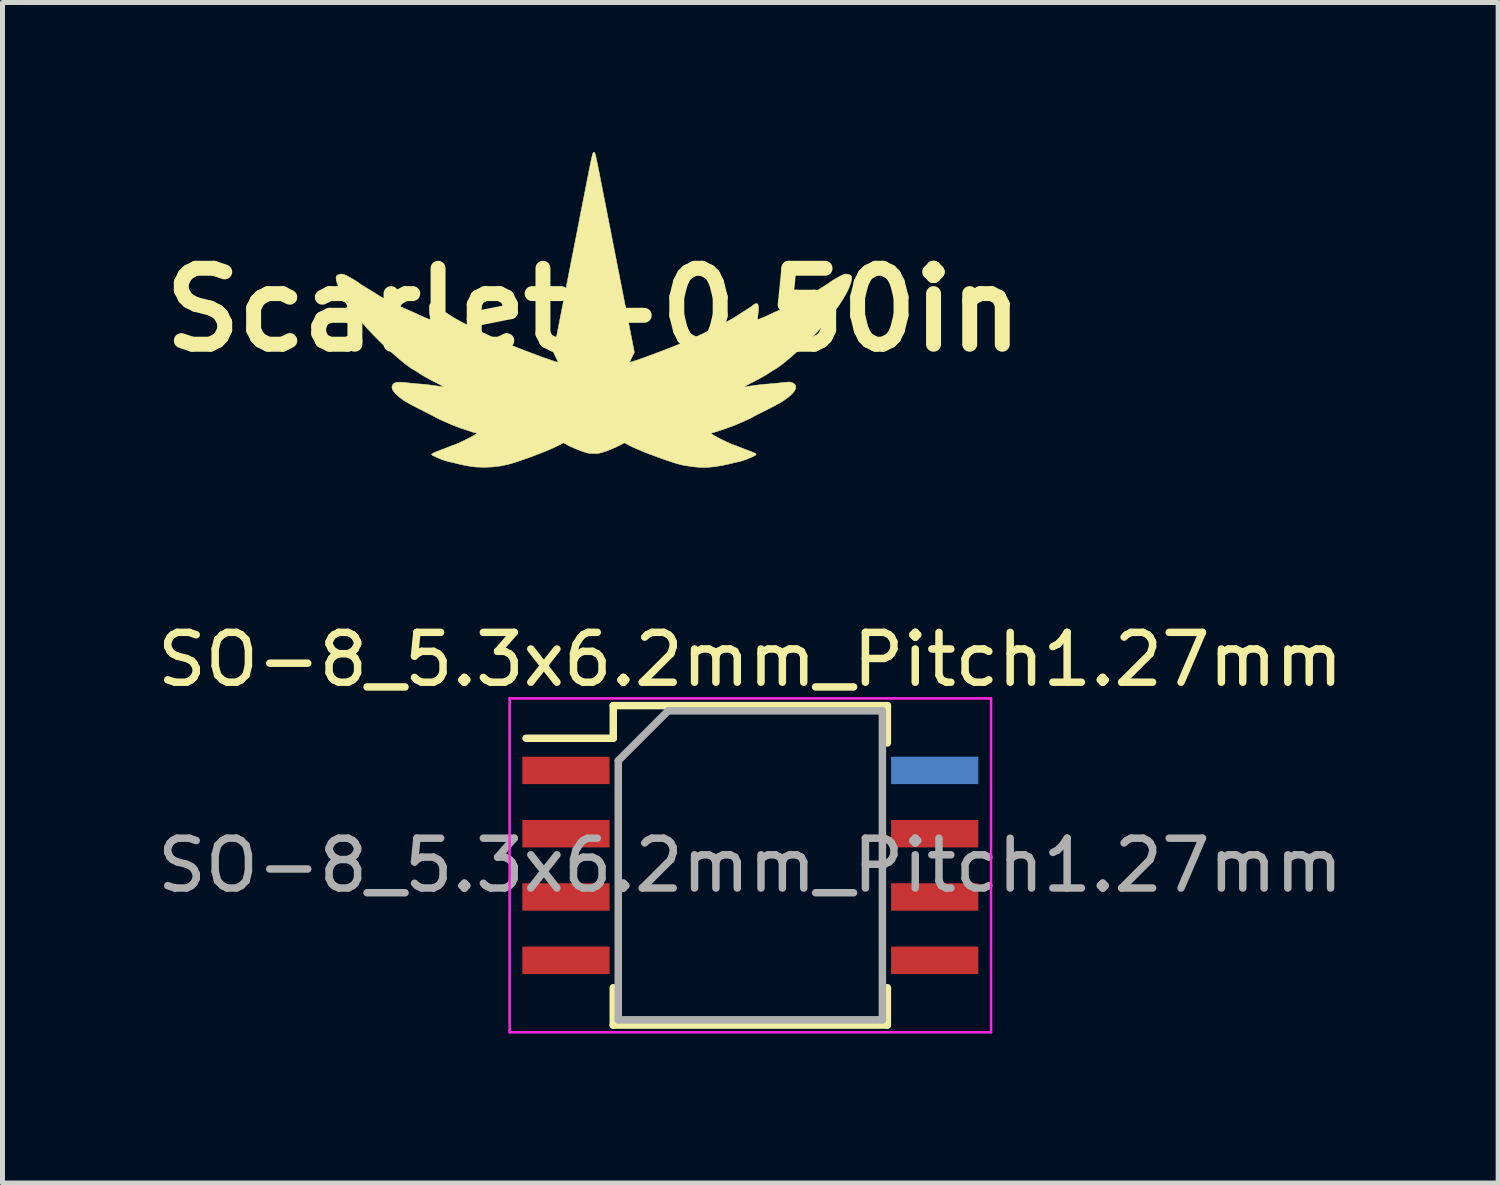
<source format=kicad_pcb>
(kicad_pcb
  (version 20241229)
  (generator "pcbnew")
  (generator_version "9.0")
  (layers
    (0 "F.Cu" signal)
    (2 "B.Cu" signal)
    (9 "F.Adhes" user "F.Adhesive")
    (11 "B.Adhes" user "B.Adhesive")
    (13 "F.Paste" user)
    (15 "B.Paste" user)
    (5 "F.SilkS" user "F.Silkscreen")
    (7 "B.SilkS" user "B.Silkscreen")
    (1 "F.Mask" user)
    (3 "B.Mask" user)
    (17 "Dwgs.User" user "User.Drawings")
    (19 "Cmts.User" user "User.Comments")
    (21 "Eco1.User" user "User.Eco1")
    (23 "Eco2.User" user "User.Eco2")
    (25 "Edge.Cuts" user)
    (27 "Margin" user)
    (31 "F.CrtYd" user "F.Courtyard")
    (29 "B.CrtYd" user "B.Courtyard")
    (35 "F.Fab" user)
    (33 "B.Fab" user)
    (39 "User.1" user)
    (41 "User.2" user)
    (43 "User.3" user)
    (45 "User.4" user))
  (footprint "Scarlet-0.50in"
    (layer "F.Cu")
    (at 8.861 3.168)
    (property "Reference" "Scarlet-0.50in" (at 0 0 0) (layer "F.SilkS") (effects (font (size 1.524 1.524) (thickness 0.3))))
    (attr through_hole)
    (fp_poly (pts (xy 0.012 -3.162) (xy 0.018 -3.157) (xy 0.024 -3.148) (xy 0.03 -3.131) (xy 0.038 -3.105) (xy 0.047 -3.067) (xy 0.058 -3.016) (xy 0.072 -2.95) (xy 0.089 -2.867) (xy 0.11 -2.764) (xy 0.134 -2.64) (xy 0.148 -2.567) (xy 0.164 -2.488) (xy 0.184 -2.386) (xy 0.207 -2.264) (xy 0.235 -2.125) (xy 0.265 -1.971) (xy 0.298 -1.803) (xy 0.333 -1.625) (xy 0.369 -1.438) (xy 0.407 -1.245) (xy 0.446 -1.048) (xy 0.485 -0.849) (xy 0.524 -0.65) (xy 0.532 -0.607) (xy 0.818 0.851) (xy 0.769 0.949) (xy 0.748 0.993) (xy 0.732 1.028) (xy 0.724 1.048) (xy 0.724 1.051) (xy 0.738 1.049) (xy 0.773 1.04) (xy 0.827 1.023) (xy 0.896 1) (xy 0.98 0.97) (xy 1.074 0.936) (xy 1.178 0.898) (xy 1.288 0.857) (xy 1.403 0.813) (xy 1.519 0.768) (xy 1.636 0.722) (xy 1.674 0.707) (xy 1.79 0.659) (xy 1.914 0.606) (xy 2.044 0.547) (xy 2.176 0.486) (xy 2.307 0.423) (xy 2.435 0.361) (xy 2.554 0.301) (xy 2.664 0.243) (xy 2.759 0.191) (xy 2.837 0.146) (xy 2.884 0.116) (xy 2.929 0.086) (xy 2.986 0.049) (xy 3.044 0.013) (xy 3.063 0.000391) (xy 3.112 -0.031) (xy 3.157 -0.061) (xy 3.189 -0.085) (xy 3.2 -0.094) (xy 3.231 -0.116) (xy 3.261 -0.127) (xy 3.261 -0.127) (xy 3.286 -0.121) (xy 3.302 -0.097) (xy 3.309 -0.053) (xy 3.307 0.013) (xy 3.301 0.072) (xy 3.295 0.123) (xy 3.291 0.164) (xy 3.29 0.189) (xy 3.29 0.194) (xy 3.303 0.191) (xy 3.333 0.181) (xy 3.375 0.164) (xy 3.424 0.144) (xy 3.474 0.122) (xy 3.521 0.1) (xy 3.559 0.082) (xy 3.56 0.081) (xy 3.594 0.065) (xy 3.644 0.043) (xy 3.703 0.017) (xy 3.758 -0.006) (xy 3.843 -0.043) (xy 3.937 -0.086) (xy 4.033 -0.132) (xy 4.127 -0.179) (xy 4.212 -0.224) (xy 4.283 -0.264) (xy 4.316 -0.283) (xy 4.356 -0.309) (xy 4.412 -0.343) (xy 4.475 -0.382) (xy 4.541 -0.422) (xy 4.561 -0.434) (xy 4.618 -0.469) (xy 4.667 -0.501) (xy 4.705 -0.526) (xy 4.727 -0.541) (xy 4.731 -0.545) (xy 4.744 -0.555) (xy 4.774 -0.575) (xy 4.817 -0.602) (xy 4.869 -0.632) (xy 4.878 -0.638) (xy 4.946 -0.676) (xy 4.998 -0.701) (xy 5.039 -0.715) (xy 5.074 -0.718) (xy 5.108 -0.713) (xy 5.133 -0.706) (xy 5.162 -0.69) (xy 5.177 -0.665) (xy 5.18 -0.627) (xy 5.169 -0.572) (xy 5.16 -0.539) (xy 5.123 -0.439) (xy 5.067 -0.325) (xy 4.995 -0.202) (xy 4.909 -0.071) (xy 4.809 0.066) (xy 4.698 0.206) (xy 4.578 0.346) (xy 4.45 0.485) (xy 4.316 0.619) (xy 4.307 0.628) (xy 4.182 0.746) (xy 4.063 0.855) (xy 3.952 0.953) (xy 3.851 1.037) (xy 3.762 1.108) (xy 3.685 1.163) (xy 3.624 1.201) (xy 3.619 1.203) (xy 3.586 1.223) (xy 3.542 1.251) (xy 3.496 1.281) (xy 3.495 1.282) (xy 3.458 1.306) (xy 3.403 1.338) (xy 3.338 1.374) (xy 3.267 1.412) (xy 3.215 1.439) (xy 3.151 1.471) (xy 3.096 1.5) (xy 3.053 1.523) (xy 3.025 1.539) (xy 3.017 1.545) (xy 3.03 1.545) (xy 3.063 1.541) (xy 3.11 1.534) (xy 3.167 1.525) (xy 3.169 1.525) (xy 3.244 1.514) (xy 3.331 1.503) (xy 3.419 1.494) (xy 3.485 1.488) (xy 3.565 1.482) (xy 3.652 1.474) (xy 3.736 1.465) (xy 3.795 1.459) (xy 3.859 1.452) (xy 3.905 1.448) (xy 3.937 1.449) (xy 3.962 1.453) (xy 3.985 1.46) (xy 4.032 1.488) (xy 4.056 1.524) (xy 4.058 1.568) (xy 4.037 1.618) (xy 3.994 1.673) (xy 3.955 1.711) (xy 3.912 1.747) (xy 3.871 1.78) (xy 3.828 1.811) (xy 3.781 1.841) (xy 3.724 1.874) (xy 3.655 1.912) (xy 3.571 1.956) (xy 3.476 2.004) (xy 3.399 2.043) (xy 3.329 2.078) (xy 3.27 2.109) (xy 3.223 2.133) (xy 3.193 2.15) (xy 3.183 2.155) (xy 3.164 2.166) (xy 3.125 2.185) (xy 3.07 2.211) (xy 3.001 2.242) (xy 2.922 2.276) (xy 2.869 2.299) (xy 2.823 2.318) (xy 2.765 2.34) (xy 2.698 2.364) (xy 2.628 2.389) (xy 2.558 2.413) (xy 2.494 2.434) (xy 2.439 2.451) (xy 2.398 2.463) (xy 2.375 2.468) (xy 2.374 2.468) (xy 2.357 2.472) (xy 2.361 2.483) (xy 2.387 2.503) (xy 2.434 2.531) (xy 2.503 2.568) (xy 2.554 2.594) (xy 2.621 2.626) (xy 2.684 2.656) (xy 2.738 2.681) (xy 2.778 2.698) (xy 2.795 2.704) (xy 2.842 2.721) (xy 2.89 2.739) (xy 2.896 2.741) (xy 2.927 2.754) (xy 2.975 2.773) (xy 3.033 2.795) (xy 3.088 2.816) (xy 3.157 2.842) (xy 3.206 2.862) (xy 3.238 2.877) (xy 3.255 2.889) (xy 3.262 2.899) (xy 3.262 2.901) (xy 3.251 2.913) (xy 3.221 2.931) (xy 3.176 2.953) (xy 3.123 2.976) (xy 3.064 2.999) (xy 3.004 3.021) (xy 2.949 3.038) (xy 2.903 3.049) (xy 2.902 3.05) (xy 2.866 3.057) (xy 2.814 3.069) (xy 2.755 3.083) (xy 2.716 3.093) (xy 2.602 3.118) (xy 2.484 3.138) (xy 2.369 3.153) (xy 2.266 3.161) (xy 2.213 3.163) (xy 2.134 3.16) (xy 2.04 3.152) (xy 1.942 3.14) (xy 1.846 3.125) (xy 1.762 3.109) (xy 1.726 3.1) (xy 1.635 3.074) (xy 1.531 3.04) (xy 1.416 3.001) (xy 1.296 2.958) (xy 1.175 2.913) (xy 1.057 2.868) (xy 0.947 2.823) (xy 0.848 2.782) (xy 0.766 2.744) (xy 0.722 2.722) (xy 0.619 2.667) (xy 0.511 2.724) (xy 0.453 2.752) (xy 0.381 2.783) (xy 0.307 2.814) (xy 0.26 2.831) (xy 0.196 2.854) (xy 0.146 2.868) (xy 0.104 2.877) (xy 0.062 2.881) (xy 0.012 2.882) (xy 0.006 2.882) (xy -0.045 2.881) (xy -0.088 2.878) (xy -0.13 2.869) (xy -0.178 2.855) (xy -0.241 2.834) (xy -0.248 2.831) (xy -0.318 2.804) (xy -0.392 2.773) (xy -0.461 2.742) (xy -0.499 2.724) (xy -0.607 2.667) (xy -0.709 2.722) (xy -0.778 2.755) (xy -0.865 2.794) (xy -0.967 2.837) (xy -1.081 2.882) (xy -1.2 2.928) (xy -1.321 2.972) (xy -1.44 3.014) (xy -1.552 3.051) (xy -1.653 3.083) (xy -1.713 3.1) (xy -1.862 3.132) (xy -2.023 3.151) (xy -2.189 3.159) (xy -2.351 3.154) (xy -2.456 3.142) (xy -2.522 3.131) (xy -2.6 3.116) (xy -2.675 3.1) (xy -2.704 3.093) (xy -2.764 3.078) (xy -2.822 3.064) (xy -2.869 3.054) (xy -2.89 3.05) (xy -2.936 3.038) (xy -2.99 3.021) (xy -3.05 3) (xy -3.109 2.977) (xy -3.163 2.953) (xy -3.208 2.932) (xy -3.238 2.914) (xy -3.249 2.901) (xy -3.249 2.901) (xy -3.245 2.892) (xy -3.231 2.881) (xy -3.204 2.867) (xy -3.16 2.848) (xy -3.096 2.824) (xy -3.076 2.816) (xy -3.015 2.793) (xy -2.958 2.771) (xy -2.911 2.753) (xy -2.884 2.741) (xy -2.837 2.723) (xy -2.788 2.706) (xy -2.783 2.704) (xy -2.754 2.693) (xy -2.709 2.674) (xy -2.651 2.647) (xy -2.586 2.616) (xy -2.542 2.594) (xy -2.459 2.552) (xy -2.399 2.518) (xy -2.361 2.494) (xy -2.345 2.478) (xy -2.349 2.469) (xy -2.362 2.468) (xy -2.382 2.464) (xy -2.422 2.453) (xy -2.475 2.436) (xy -2.539 2.415) (xy -2.609 2.391) (xy -2.679 2.367) (xy -2.746 2.342) (xy -2.806 2.32) (xy -2.853 2.301) (xy -2.857 2.299) (xy -2.94 2.263) (xy -3.016 2.23) (xy -3.08 2.201) (xy -3.129 2.177) (xy -3.161 2.161) (xy -3.171 2.155) (xy -3.186 2.147) (xy -3.219 2.129) (xy -3.269 2.103) (xy -3.331 2.071) (xy -3.403 2.035) (xy -3.464 2.004) (xy -3.566 1.952) (xy -3.649 1.908) (xy -3.717 1.871) (xy -3.772 1.839) (xy -3.82 1.808) (xy -3.862 1.778) (xy -3.903 1.745) (xy -3.942 1.711) (xy -4 1.653) (xy -4.035 1.601) (xy -4.047 1.555) (xy -4.038 1.514) (xy -4.016 1.484) (xy -3.985 1.463) (xy -3.942 1.453) (xy -3.883 1.451) (xy -3.804 1.456) (xy -3.783 1.459) (xy -3.711 1.467) (xy -3.626 1.475) (xy -3.539 1.483) (xy -3.473 1.488) (xy -3.392 1.495) (xy -3.303 1.505) (xy -3.217 1.516) (xy -3.157 1.525) (xy -3.099 1.534) (xy -3.052 1.541) (xy -3.018 1.545) (xy -3.005 1.545) (xy -3.004 1.545) (xy -3.014 1.539) (xy -3.042 1.523) (xy -3.085 1.499) (xy -3.14 1.47) (xy -3.202 1.439) (xy -3.274 1.402) (xy -3.344 1.364) (xy -3.407 1.328) (xy -3.457 1.299) (xy -3.483 1.282) (xy -3.528 1.251) (xy -3.572 1.223) (xy -3.606 1.204) (xy -3.607 1.203) (xy -3.667 1.167) (xy -3.743 1.113) (xy -3.831 1.043) (xy -3.931 0.96) (xy -4.041 0.863) (xy -4.16 0.756) (xy -4.285 0.638) (xy -4.295 0.628) (xy -4.429 0.493) (xy -4.558 0.355) (xy -4.678 0.215) (xy -4.79 0.075) (xy -4.89 -0.062) (xy -4.978 -0.194) (xy -5.051 -0.318) (xy -5.107 -0.432) (xy -5.146 -0.533) (xy -5.148 -0.539) (xy -5.164 -0.603) (xy -5.168 -0.648) (xy -5.159 -0.679) (xy -5.136 -0.699) (xy -5.12 -0.706) (xy -5.084 -0.716) (xy -5.05 -0.718) (xy -5.013 -0.711) (xy -4.969 -0.694) (xy -4.913 -0.664) (xy -4.866 -0.638) (xy -4.813 -0.607) (xy -4.768 -0.579) (xy -4.736 -0.558) (xy -4.72 -0.546) (xy -4.719 -0.545) (xy -4.706 -0.535) (xy -4.677 -0.515) (xy -4.633 -0.487) (xy -4.58 -0.454) (xy -4.548 -0.434) (xy -4.483 -0.395) (xy -4.418 -0.355) (xy -4.36 -0.319) (xy -4.314 -0.29) (xy -4.304 -0.283) (xy -4.243 -0.248) (xy -4.165 -0.205) (xy -4.076 -0.159) (xy -3.98 -0.112) (xy -3.884 -0.067) (xy -3.794 -0.027) (xy -3.746 -0.006) (xy -3.684 0.019) (xy -3.626 0.045) (xy -3.577 0.067) (xy -3.547 0.081) (xy -3.509 0.1) (xy -3.462 0.121) (xy -3.412 0.143) (xy -3.363 0.164) (xy -3.321 0.181) (xy -3.291 0.191) (xy -3.278 0.194) (xy -3.278 0.194) (xy -3.278 0.181) (xy -3.28 0.148) (xy -3.285 0.103) (xy -3.289 0.072) (xy -3.296 -0.009) (xy -3.295 -0.068) (xy -3.286 -0.106) (xy -3.267 -0.125) (xy -3.249 -0.127) (xy -3.219 -0.116) (xy -3.188 -0.095) (xy -3.188 -0.094) (xy -3.164 -0.075) (xy -3.125 -0.047) (xy -3.077 -0.016) (xy -3.051 0.000391) (xy -2.995 0.036) (xy -2.937 0.073) (xy -2.886 0.106) (xy -2.871 0.116) (xy -2.809 0.155) (xy -2.727 0.202) (xy -2.628 0.256) (xy -2.516 0.314) (xy -2.394 0.375) (xy -2.266 0.437) (xy -2.134 0.5) (xy -2.002 0.561) (xy -1.873 0.618) (xy -1.751 0.67) (xy -1.662 0.707) (xy -1.546 0.753) (xy -1.43 0.798) (xy -1.314 0.842) (xy -1.202 0.885) (xy -1.096 0.924) (xy -0.998 0.959) (xy -0.911 0.99) (xy -0.836 1.016) (xy -0.777 1.035) (xy -0.736 1.047) (xy -0.714 1.051) (xy -0.712 1.051) (xy -0.715 1.039) (xy -0.728 1.01) (xy -0.747 0.97) (xy -0.757 0.949) (xy -0.805 0.851) (xy -0.52 -0.607) (xy -0.481 -0.805) (xy -0.442 -1.004) (xy -0.403 -1.202) (xy -0.365 -1.396) (xy -0.328 -1.584) (xy -0.293 -1.765) (xy -0.26 -1.935) (xy -0.229 -2.092) (xy -0.201 -2.235) (xy -0.176 -2.361) (xy -0.155 -2.467) (xy -0.139 -2.552) (xy -0.136 -2.567) (xy -0.109 -2.703) (xy -0.087 -2.817) (xy -0.068 -2.91) (xy -0.053 -2.984) (xy -0.04 -3.043) (xy -0.03 -3.087) (xy -0.022 -3.119) (xy -0.015 -3.14) (xy -0.008 -3.153) (xy -0.003 -3.16) (xy 0.003 -3.162) (xy 0.006 -3.163) (xy 0.012 -3.162)) (stroke (width 0.01) (type solid)) (fill yes) (layer "F.SilkS")))
  (footprint "SO-8_5.3x6.2mm_Pitch1.27mm"
    (layer "F.Cu")
    (at 12.006 14.314)
    (property "Reference" "SO-8_5.3x6.2mm_Pitch1.27mm" (at 0 -4.13 0) (layer "F.SilkS") (effects (font (size 1 1) (thickness 0.15))))
    (attr smd)
    (fp_line (start -2.75 -3.205) (end -2.75 -2.55) (stroke (width 0.15) (type solid)) (layer "F.SilkS"))
    (fp_line (start -2.75 -3.205) (end 2.75 -3.205) (stroke (width 0.15) (type solid)) (layer "F.SilkS"))
    (fp_line (start -2.75 -2.55) (end -4.5 -2.55) (stroke (width 0.15) (type solid)) (layer "F.SilkS"))
    (fp_line (start -2.75 3.205) (end -2.75 2.455) (stroke (width 0.15) (type solid)) (layer "F.SilkS"))
    (fp_line (start -2.75 3.205) (end 2.75 3.205) (stroke (width 0.15) (type solid)) (layer "F.SilkS"))
    (fp_line (start 2.75 -3.205) (end 2.75 -2.455) (stroke (width 0.15) (type solid)) (layer "F.SilkS"))
    (fp_line (start 2.75 3.205) (end 2.75 2.455) (stroke (width 0.15) (type solid)) (layer "F.SilkS"))
    (fp_line (start -4.83 -3.35) (end -4.83 3.35) (stroke (width 0.05) (type solid)) (layer "F.CrtYd"))
    (fp_line (start -4.83 -3.35) (end 4.83 -3.35) (stroke (width 0.05) (type solid)) (layer "F.CrtYd"))
    (fp_line (start -4.83 3.35) (end 4.83 3.35) (stroke (width 0.05) (type solid)) (layer "F.CrtYd"))
    (fp_line (start 4.83 -3.35) (end 4.83 3.35) (stroke (width 0.05) (type solid)) (layer "F.CrtYd"))
    (fp_line (start -2.65 -2.1) (end -1.65 -3.1) (stroke (width 0.15) (type solid)) (layer "F.Fab"))
    (fp_line (start -2.65 3.1) (end -2.65 -2.1) (stroke (width 0.15) (type solid)) (layer "F.Fab"))
    (fp_line (start -1.65 -3.1) (end 2.65 -3.1) (stroke (width 0.15) (type solid)) (layer "F.Fab"))
    (fp_line (start 2.65 -3.1) (end 2.65 3.1) (stroke (width 0.15) (type solid)) (layer "F.Fab"))
    (fp_line (start 2.65 3.1) (end -2.65 3.1) (stroke (width 0.15) (type solid)) (layer "F.Fab"))
    (fp_text user "${REFERENCE}" (at 0 0 180) (layer "F.Fab") (effects (font (size 1 1) (thickness 0.15))))
    (pad "1" smd rect (at -3.7 -1.905) (size 1.75 0.55) (layers "F.Cu" "F.Mask" "F.Paste"))
    (pad "2" smd rect (at -3.7 -0.635) (size 1.75 0.55) (layers "F.Cu" "F.Mask" "F.Paste"))
    (pad "3" smd rect (at -3.7 0.635) (size 1.75 0.55) (layers "F.Cu" "F.Mask" "F.Paste"))
    (pad "4" smd rect (at -3.7 1.905) (size 1.75 0.55) (layers "F.Cu" "F.Mask" "F.Paste"))
    (pad "5" smd rect (at 3.7 1.905) (size 1.75 0.55) (layers "F.Cu" "F.Mask" "F.Paste"))
    (pad "6" smd rect (at 3.7 0.635) (size 1.75 0.55) (layers "F.Cu" "F.Mask" "F.Paste"))
    (pad "7" smd rect (at 3.7 -0.635) (size 1.75 0.55) (layers "F.Cu" "F.Mask" "F.Paste"))
    (pad "8" smd rect (at 3.7 -1.905) (size 1.75 0.55) (layers "F.Mask" "B.Cu" "F.Paste")))
  (gr_rect
    (start -3 -3)
    (end 27.012 20.689)
    (stroke (width 0.1) (type default))
    (fill no)
    (layer "Edge.Cuts")))
</source>
